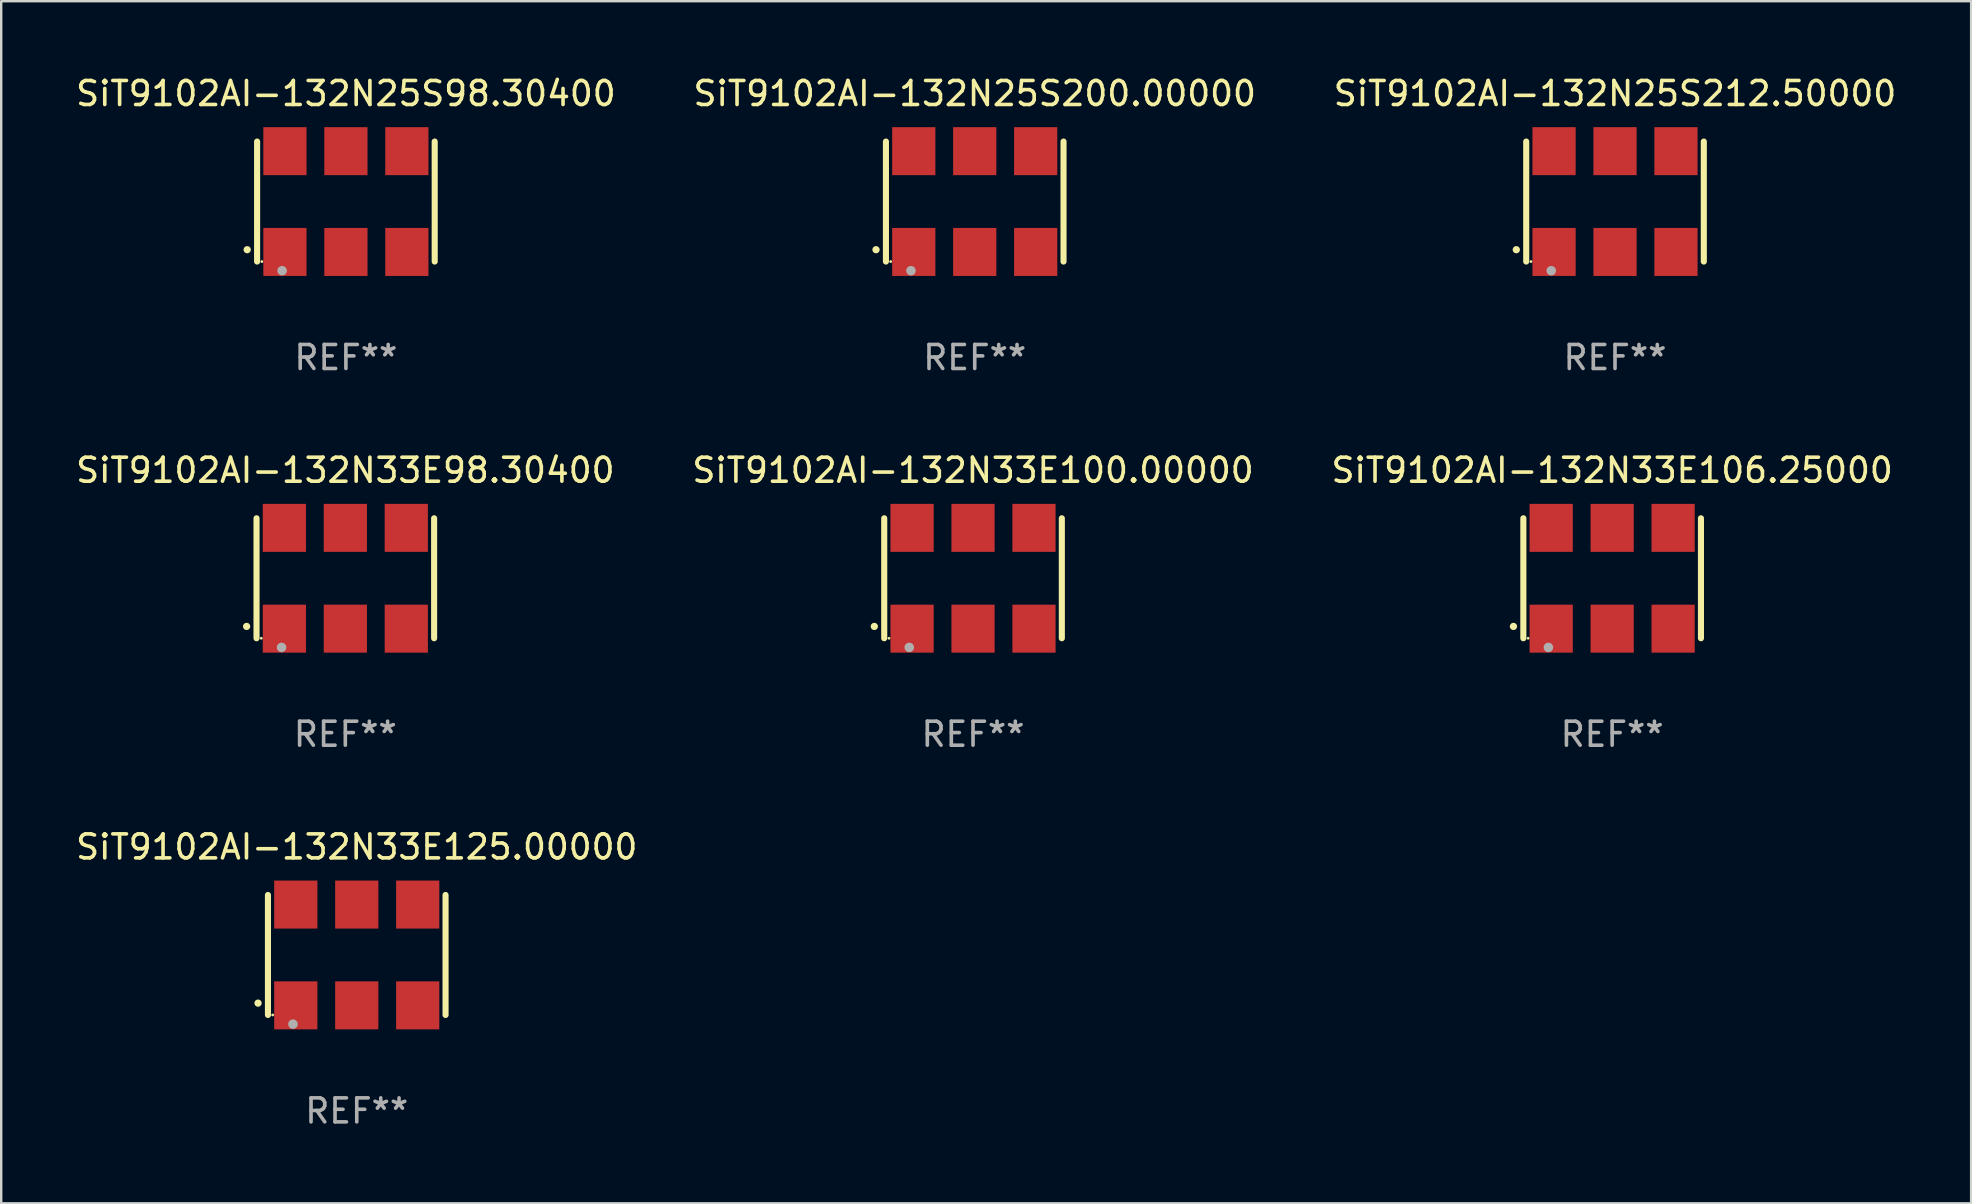
<source format=kicad_pcb>
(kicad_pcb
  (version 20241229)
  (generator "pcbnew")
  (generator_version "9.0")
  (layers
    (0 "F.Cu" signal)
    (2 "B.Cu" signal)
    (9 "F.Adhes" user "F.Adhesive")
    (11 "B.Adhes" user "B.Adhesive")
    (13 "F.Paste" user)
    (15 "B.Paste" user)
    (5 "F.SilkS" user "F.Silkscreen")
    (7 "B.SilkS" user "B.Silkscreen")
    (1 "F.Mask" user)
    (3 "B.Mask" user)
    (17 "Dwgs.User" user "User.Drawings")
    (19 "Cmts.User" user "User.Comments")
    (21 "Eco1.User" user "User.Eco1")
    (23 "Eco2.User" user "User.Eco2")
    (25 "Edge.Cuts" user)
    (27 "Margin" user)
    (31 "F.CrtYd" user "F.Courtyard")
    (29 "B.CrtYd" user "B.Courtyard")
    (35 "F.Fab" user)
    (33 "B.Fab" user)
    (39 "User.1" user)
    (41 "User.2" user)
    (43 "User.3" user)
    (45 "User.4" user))
  (footprint "SiT9102AI-132N33E100.00000"
    (layer "F.Cu")
    (at 37.494 21.045)
    (property "Reference" "SiT9102AI-132N33E100.00000" (at 0 -4.5 0) (layer "F.SilkS") (effects (font (size 1 1) (thickness 0.15))))
    (attr through_hole)
    (fp_line (start -3.7 -2.5) (end -3.7 2.5) (stroke (width 0.254) (type solid)) (layer "F.SilkS"))
    (fp_line (start 3.7 -2.5) (end 3.7 2.5) (stroke (width 0.254) (type solid)) (layer "F.SilkS"))
    (fp_arc (start -4.114415 2.006604) (mid -4.113145 2.006599) (end -4.111875 2.006604) (stroke (width 0.3) (type solid)) (layer "F.SilkS"))
    (fp_circle (center -3.502 2.5) (end -3.472 2.5) (stroke (width 0.06) (type solid)) (fill no) (layer "F.SilkS"))
    (fp_circle (center -2.657 2.882) (end -2.557 2.882) (stroke (width 0.2) (type solid)) (fill no) (layer "F.Fab"))
    (fp_text user "REF**" (at 0 6.5 0) (layer "F.Fab") (effects (font (size 1 1) (thickness 0.15))))
    (pad "1" smd rect (at -2.54 2.1) (size 1.8 2) (layers "F.Cu" "F.Mask" "F.Paste"))
    (pad "2" smd rect (at 0.000394 2.1) (size 1.8 2) (layers "F.Cu" "F.Mask" "F.Paste"))
    (pad "3" smd rect (at 2.54 2.1) (size 1.8 2) (layers "F.Cu" "F.Mask" "F.Paste"))
    (pad "4" smd rect (at 2.54 -2.1) (size 1.8 2) (layers "F.Cu" "F.Mask" "F.Paste"))
    (pad "5" smd rect (at 0.000394 -2.1) (size 1.8 2) (layers "F.Cu" "F.Mask" "F.Paste"))
    (pad "6" smd rect (at -2.54 -2.1) (size 1.8 2) (layers "F.Cu" "F.Mask" "F.Paste")))
  (footprint "SiT9102AI-132N25S212.50000"
    (layer "F.Cu")
    (at 64.244 5.348)
    (property "Reference" "SiT9102AI-132N25S212.50000" (at 0 -4.5 0) (layer "F.SilkS") (effects (font (size 1 1) (thickness 0.15))))
    (attr through_hole)
    (fp_line (start -3.7 -2.5) (end -3.7 2.5) (stroke (width 0.254) (type solid)) (layer "F.SilkS"))
    (fp_line (start 3.7 -2.5) (end 3.7 2.5) (stroke (width 0.254) (type solid)) (layer "F.SilkS"))
    (fp_arc (start -4.114415 2.006604) (mid -4.113145 2.006599) (end -4.111875 2.006604) (stroke (width 0.3) (type solid)) (layer "F.SilkS"))
    (fp_circle (center -3.502 2.5) (end -3.472 2.5) (stroke (width 0.06) (type solid)) (fill no) (layer "F.SilkS"))
    (fp_circle (center -2.657 2.882) (end -2.557 2.882) (stroke (width 0.2) (type solid)) (fill no) (layer "F.Fab"))
    (fp_text user "REF**" (at 0 6.5 0) (layer "F.Fab") (effects (font (size 1 1) (thickness 0.15))))
    (pad "1" smd rect (at -2.54 2.1) (size 1.8 2) (layers "F.Cu" "F.Mask" "F.Paste"))
    (pad "2" smd rect (at 0.000394 2.1) (size 1.8 2) (layers "F.Cu" "F.Mask" "F.Paste"))
    (pad "3" smd rect (at 2.54 2.1) (size 1.8 2) (layers "F.Cu" "F.Mask" "F.Paste"))
    (pad "4" smd rect (at 2.54 -2.1) (size 1.8 2) (layers "F.Cu" "F.Mask" "F.Paste"))
    (pad "5" smd rect (at 0.000394 -2.1) (size 1.8 2) (layers "F.Cu" "F.Mask" "F.Paste"))
    (pad "6" smd rect (at -2.54 -2.1) (size 1.8 2) (layers "F.Cu" "F.Mask" "F.Paste")))
  (footprint "SiT9102AI-132N25S98.30400"
    (layer "F.Cu")
    (at 11.363 5.348)
    (property "Reference" "SiT9102AI-132N25S98.30400" (at 0 -4.5 0) (layer "F.SilkS") (effects (font (size 1 1) (thickness 0.15))))
    (attr through_hole)
    (fp_line (start -3.7 -2.5) (end -3.7 2.5) (stroke (width 0.254) (type solid)) (layer "F.SilkS"))
    (fp_line (start 3.7 -2.5) (end 3.7 2.5) (stroke (width 0.254) (type solid)) (layer "F.SilkS"))
    (fp_arc (start -4.114415 2.006604) (mid -4.113145 2.006599) (end -4.111875 2.006604) (stroke (width 0.3) (type solid)) (layer "F.SilkS"))
    (fp_circle (center -3.502 2.5) (end -3.472 2.5) (stroke (width 0.06) (type solid)) (fill no) (layer "F.SilkS"))
    (fp_circle (center -2.657 2.882) (end -2.557 2.882) (stroke (width 0.2) (type solid)) (fill no) (layer "F.Fab"))
    (fp_text user "REF**" (at 0 6.5 0) (layer "F.Fab") (effects (font (size 1 1) (thickness 0.15))))
    (pad "1" smd rect (at -2.54 2.1) (size 1.8 2) (layers "F.Cu" "F.Mask" "F.Paste"))
    (pad "2" smd rect (at 0.000394 2.1) (size 1.8 2) (layers "F.Cu" "F.Mask" "F.Paste"))
    (pad "3" smd rect (at 2.54 2.1) (size 1.8 2) (layers "F.Cu" "F.Mask" "F.Paste"))
    (pad "4" smd rect (at 2.54 -2.1) (size 1.8 2) (layers "F.Cu" "F.Mask" "F.Paste"))
    (pad "5" smd rect (at 0.000394 -2.1) (size 1.8 2) (layers "F.Cu" "F.Mask" "F.Paste"))
    (pad "6" smd rect (at -2.54 -2.1) (size 1.8 2) (layers "F.Cu" "F.Mask" "F.Paste")))
  (footprint "SiT9102AI-132N33E125.00000"
    (layer "F.Cu")
    (at 11.815 36.741)
    (property "Reference" "SiT9102AI-132N33E125.00000" (at 0 -4.5 0) (layer "F.SilkS") (effects (font (size 1 1) (thickness 0.15))))
    (attr through_hole)
    (fp_line (start -3.7 -2.5) (end -3.7 2.5) (stroke (width 0.254) (type solid)) (layer "F.SilkS"))
    (fp_line (start 3.7 -2.5) (end 3.7 2.5) (stroke (width 0.254) (type solid)) (layer "F.SilkS"))
    (fp_arc (start -4.114415 2.006604) (mid -4.113145 2.006599) (end -4.111875 2.006604) (stroke (width 0.3) (type solid)) (layer "F.SilkS"))
    (fp_circle (center -3.502 2.5) (end -3.472 2.5) (stroke (width 0.06) (type solid)) (fill no) (layer "F.SilkS"))
    (fp_circle (center -2.657 2.882) (end -2.557 2.882) (stroke (width 0.2) (type solid)) (fill no) (layer "F.Fab"))
    (fp_text user "REF**" (at 0 6.5 0) (layer "F.Fab") (effects (font (size 1 1) (thickness 0.15))))
    (pad "1" smd rect (at -2.54 2.1) (size 1.8 2) (layers "F.Cu" "F.Mask" "F.Paste"))
    (pad "2" smd rect (at 0.000394 2.1) (size 1.8 2) (layers "F.Cu" "F.Mask" "F.Paste"))
    (pad "3" smd rect (at 2.54 2.1) (size 1.8 2) (layers "F.Cu" "F.Mask" "F.Paste"))
    (pad "4" smd rect (at 2.54 -2.1) (size 1.8 2) (layers "F.Cu" "F.Mask" "F.Paste"))
    (pad "5" smd rect (at 0.000394 -2.1) (size 1.8 2) (layers "F.Cu" "F.Mask" "F.Paste"))
    (pad "6" smd rect (at -2.54 -2.1) (size 1.8 2) (layers "F.Cu" "F.Mask" "F.Paste")))
  (footprint "SiT9102AI-132N33E106.25000"
    (layer "F.Cu")
    (at 64.125 21.045)
    (property "Reference" "SiT9102AI-132N33E106.25000" (at 0 -4.5 0) (layer "F.SilkS") (effects (font (size 1 1) (thickness 0.15))))
    (attr through_hole)
    (fp_line (start -3.7 -2.5) (end -3.7 2.5) (stroke (width 0.254) (type solid)) (layer "F.SilkS"))
    (fp_line (start 3.7 -2.5) (end 3.7 2.5) (stroke (width 0.254) (type solid)) (layer "F.SilkS"))
    (fp_arc (start -4.114415 2.006604) (mid -4.113145 2.006599) (end -4.111875 2.006604) (stroke (width 0.3) (type solid)) (layer "F.SilkS"))
    (fp_circle (center -3.502 2.5) (end -3.472 2.5) (stroke (width 0.06) (type solid)) (fill no) (layer "F.SilkS"))
    (fp_circle (center -2.657 2.882) (end -2.557 2.882) (stroke (width 0.2) (type solid)) (fill no) (layer "F.Fab"))
    (fp_text user "REF**" (at 0 6.5 0) (layer "F.Fab") (effects (font (size 1 1) (thickness 0.15))))
    (pad "1" smd rect (at -2.54 2.1) (size 1.8 2) (layers "F.Cu" "F.Mask" "F.Paste"))
    (pad "2" smd rect (at 0.000394 2.1) (size 1.8 2) (layers "F.Cu" "F.Mask" "F.Paste"))
    (pad "3" smd rect (at 2.54 2.1) (size 1.8 2) (layers "F.Cu" "F.Mask" "F.Paste"))
    (pad "4" smd rect (at 2.54 -2.1) (size 1.8 2) (layers "F.Cu" "F.Mask" "F.Paste"))
    (pad "5" smd rect (at 0.000394 -2.1) (size 1.8 2) (layers "F.Cu" "F.Mask" "F.Paste"))
    (pad "6" smd rect (at -2.54 -2.1) (size 1.8 2) (layers "F.Cu" "F.Mask" "F.Paste")))
  (footprint "SiT9102AI-132N25S200.00000"
    (layer "F.Cu")
    (at 37.565 5.348)
    (property "Reference" "SiT9102AI-132N25S200.00000" (at 0 -4.5 0) (layer "F.SilkS") (effects (font (size 1 1) (thickness 0.15))))
    (attr through_hole)
    (fp_line (start -3.7 -2.5) (end -3.7 2.5) (stroke (width 0.254) (type solid)) (layer "F.SilkS"))
    (fp_line (start 3.7 -2.5) (end 3.7 2.5) (stroke (width 0.254) (type solid)) (layer "F.SilkS"))
    (fp_arc (start -4.114415 2.006604) (mid -4.113145 2.006599) (end -4.111875 2.006604) (stroke (width 0.3) (type solid)) (layer "F.SilkS"))
    (fp_circle (center -3.502 2.5) (end -3.472 2.5) (stroke (width 0.06) (type solid)) (fill no) (layer "F.SilkS"))
    (fp_circle (center -2.657 2.882) (end -2.557 2.882) (stroke (width 0.2) (type solid)) (fill no) (layer "F.Fab"))
    (fp_text user "REF**" (at 0 6.5 0) (layer "F.Fab") (effects (font (size 1 1) (thickness 0.15))))
    (pad "1" smd rect (at -2.54 2.1) (size 1.8 2) (layers "F.Cu" "F.Mask" "F.Paste"))
    (pad "2" smd rect (at 0.000394 2.1) (size 1.8 2) (layers "F.Cu" "F.Mask" "F.Paste"))
    (pad "3" smd rect (at 2.54 2.1) (size 1.8 2) (layers "F.Cu" "F.Mask" "F.Paste"))
    (pad "4" smd rect (at 2.54 -2.1) (size 1.8 2) (layers "F.Cu" "F.Mask" "F.Paste"))
    (pad "5" smd rect (at 0.000394 -2.1) (size 1.8 2) (layers "F.Cu" "F.Mask" "F.Paste"))
    (pad "6" smd rect (at -2.54 -2.1) (size 1.8 2) (layers "F.Cu" "F.Mask" "F.Paste")))
  (footprint "SiT9102AI-132N33E98.30400"
    (layer "F.Cu")
    (at 11.339 21.045)
    (property "Reference" "SiT9102AI-132N33E98.30400" (at 0 -4.5 0) (layer "F.SilkS") (effects (font (size 1 1) (thickness 0.15))))
    (attr through_hole)
    (fp_line (start -3.7 -2.5) (end -3.7 2.5) (stroke (width 0.254) (type solid)) (layer "F.SilkS"))
    (fp_line (start 3.7 -2.5) (end 3.7 2.5) (stroke (width 0.254) (type solid)) (layer "F.SilkS"))
    (fp_arc (start -4.114415 2.006604) (mid -4.113145 2.006599) (end -4.111875 2.006604) (stroke (width 0.3) (type solid)) (layer "F.SilkS"))
    (fp_circle (center -3.502 2.5) (end -3.472 2.5) (stroke (width 0.06) (type solid)) (fill no) (layer "F.SilkS"))
    (fp_circle (center -2.657 2.882) (end -2.557 2.882) (stroke (width 0.2) (type solid)) (fill no) (layer "F.Fab"))
    (fp_text user "REF**" (at 0 6.5 0) (layer "F.Fab") (effects (font (size 1 1) (thickness 0.15))))
    (pad "1" smd rect (at -2.54 2.1) (size 1.8 2) (layers "F.Cu" "F.Mask" "F.Paste"))
    (pad "2" smd rect (at 0.000394 2.1) (size 1.8 2) (layers "F.Cu" "F.Mask" "F.Paste"))
    (pad "3" smd rect (at 2.54 2.1) (size 1.8 2) (layers "F.Cu" "F.Mask" "F.Paste"))
    (pad "4" smd rect (at 2.54 -2.1) (size 1.8 2) (layers "F.Cu" "F.Mask" "F.Paste"))
    (pad "5" smd rect (at 0.000394 -2.1) (size 1.8 2) (layers "F.Cu" "F.Mask" "F.Paste"))
    (pad "6" smd rect (at -2.54 -2.1) (size 1.8 2) (layers "F.Cu" "F.Mask" "F.Paste")))
  (gr_rect
    (start -3 -3)
    (end 79.083 47.09)
    (stroke (width 0.1) (type default))
    (fill no)
    (layer "Edge.Cuts")))
</source>
